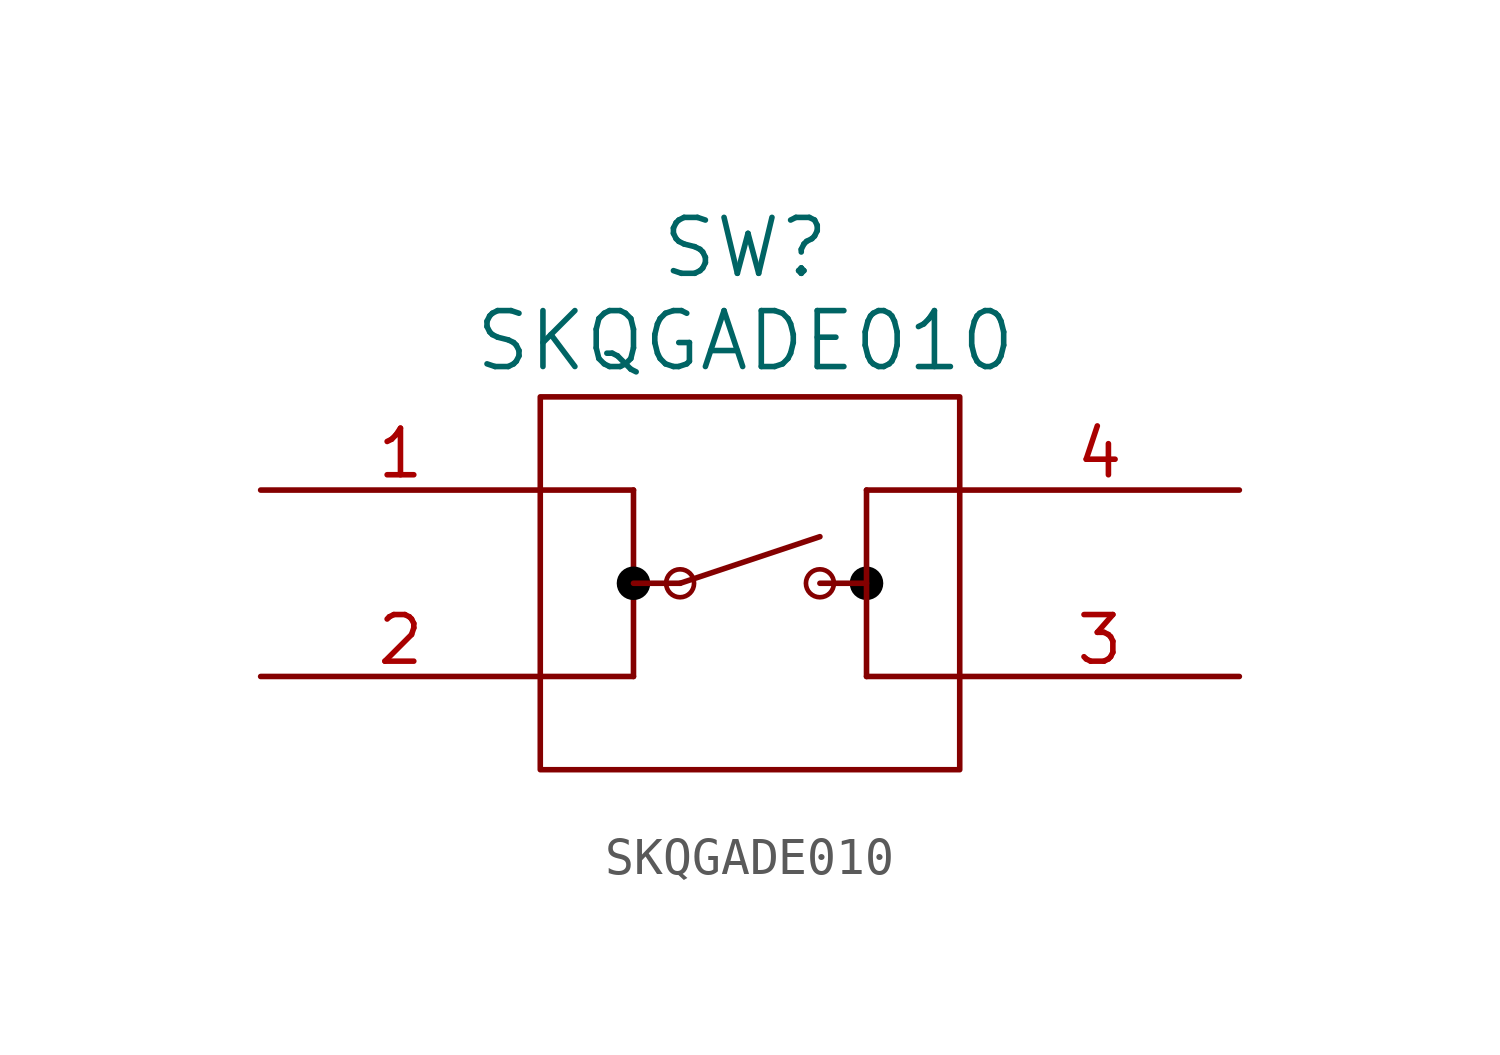
<source format=kicad_sym>
(kicad_symbol_lib
  (version 20241209)
  (generator "kicad_symbol_editor")
  (generator_version "9.0")
  (symbol "SKQGADE010"
    (pin_names
      (offset 0.254))
    (property "Reference" "SW"
      (at 13.208 4.064 0)
      (effects (font (size 1.524 1.524))))
    (property "Value" "SKQGADE010"
      (at 13.208 1.524 0)
      (effects (font (size 1.524 1.524))))
    (symbol "SKQGADE010_0_1"
      (rectangle (start 7.62 0) (end 19.05 -10.16) (stroke (width 0) (type default)) (fill (type none)))
      (polyline (pts (xy 7.62 -2.54) (xy 10.16 -2.54)) (stroke (width 0) (type default)) (fill (type none)))
      (polyline (pts (xy 7.62 -7.62) (xy 10.16 -7.62)) (stroke (width 0) (type default)) (fill (type none)))
      (polyline (pts (xy 10.16 -2.54) (xy 10.16 -7.62)) (stroke (width 0) (type default)) (fill (type none)))
      (circle (center 10.16 -5.08) (radius 0.381) (stroke (width 0) (type default) (color 0 0 0 1)) (fill (type outline)))
      (circle (center 11.43 -5.08) (radius 0.381) (stroke (width 0.127) (type default)) (fill (type none)))
      (circle (center 15.24 -5.08) (radius 0.381) (stroke (width 0.127) (type default)) (fill (type none)))
      (circle (center 16.51 -5.08) (radius 0.381) (stroke (width 0) (type default) (color 0 0 0 1)) (fill (type outline)))
      (polyline (pts (xy 16.51 -7.62) (xy 16.51 -2.54)) (stroke (width 0) (type default)) (fill (type none)))
      (polyline (pts (xy 19.05 -2.54) (xy 16.51 -2.54)) (stroke (width 0) (type default)) (fill (type none)))
      (polyline (pts (xy 19.05 -7.62) (xy 16.51 -7.62)) (stroke (width 0) (type default)) (fill (type none))))
    (symbol "SKQGADE010_1_1"
      (polyline (pts (xy 10.16 -5.08) (xy 11.43 -5.08)) (stroke (width 0) (type default)) (fill (type none)))
      (polyline (pts (xy 11.43 -5.08) (xy 15.24 -3.81)) (stroke (width 0) (type default)) (fill (type none)))
      (polyline (pts (xy 16.51 -5.08) (xy 15.24 -5.08)) (stroke (width 0) (type default)) (fill (type none)))
      (pin unspecified line (at 0 -2.54 0) (length 7.62) (name "" (effects (font (size 1.27 1.27)))) (number "1" (effects (font (size 1.27 1.27)))))
      (pin unspecified line (at 0 -7.62 0) (length 7.62) (name "" (effects (font (size 1.27 1.27)))) (number "2" (effects (font (size 1.27 1.27)))))
      (pin unspecified line (at 26.67 -2.54 180) (length 7.62) (name "" (effects (font (size 1.27 1.27)))) (number "4" (effects (font (size 1.27 1.27)))))
      (pin unspecified line (at 26.67 -7.62 180) (length 7.62) (name "" (effects (font (size 1.27 1.27)))) (number "3" (effects (font (size 1.27 1.27))))))))
</source>
